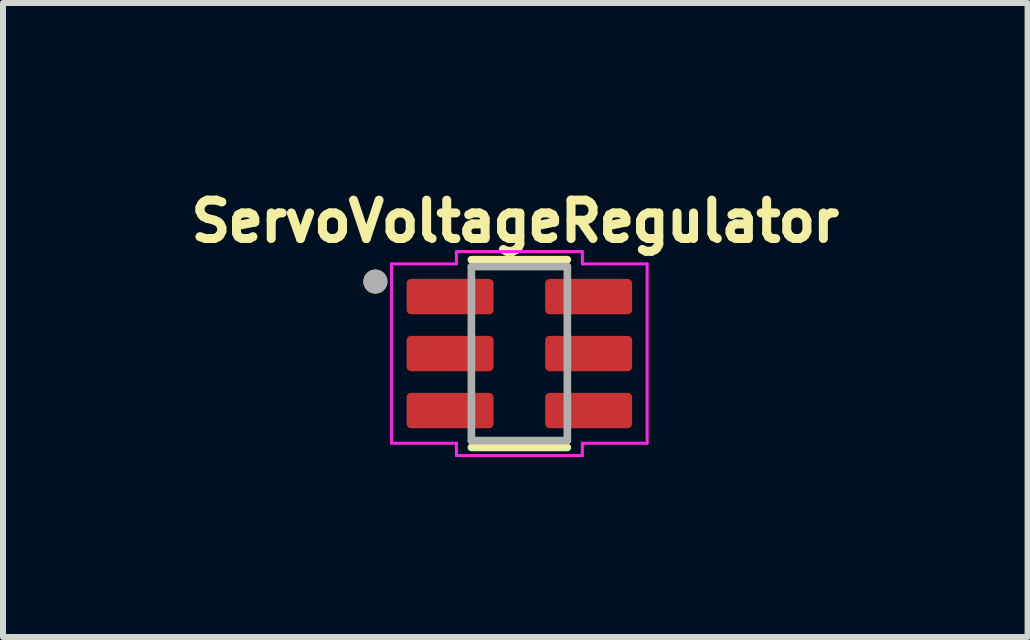
<source format=kicad_pcb>
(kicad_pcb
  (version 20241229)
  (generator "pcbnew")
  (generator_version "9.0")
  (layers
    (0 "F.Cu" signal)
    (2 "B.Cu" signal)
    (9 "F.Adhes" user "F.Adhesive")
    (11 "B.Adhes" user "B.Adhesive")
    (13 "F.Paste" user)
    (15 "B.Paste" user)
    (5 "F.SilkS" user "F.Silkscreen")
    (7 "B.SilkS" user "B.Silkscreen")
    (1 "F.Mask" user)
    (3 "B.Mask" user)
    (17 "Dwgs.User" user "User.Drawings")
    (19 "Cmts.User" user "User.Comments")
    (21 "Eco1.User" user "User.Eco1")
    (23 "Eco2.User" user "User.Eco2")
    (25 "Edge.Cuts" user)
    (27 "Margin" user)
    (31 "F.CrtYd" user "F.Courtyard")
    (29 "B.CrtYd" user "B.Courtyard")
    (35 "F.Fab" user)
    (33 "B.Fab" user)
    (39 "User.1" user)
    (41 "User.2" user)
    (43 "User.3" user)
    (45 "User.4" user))
  (footprint "ServoVoltageRegulator"
    (layer "F.Cu")
    (at 5.608 2.844)
    (property "Reference" "ServoVoltageRegulator" (at -0.068 -2.206 0) (layer "F.SilkS") (effects (font (size 0.64 0.64) (thickness 0.15))))
    (attr smd)
    (fp_line (start -0.8 -1.565) (end 0.8 -1.565) (stroke (width 0.127) (type solid)) (layer "F.SilkS"))
    (fp_line (start -0.8 1.565) (end 0.8 1.565) (stroke (width 0.127) (type solid)) (layer "F.SilkS"))
    (fp_circle (center -2.4 -1.2) (end -2.3 -1.2) (stroke (width 0.2) (type solid)) (fill no) (layer "F.SilkS"))
    (fp_line (start -2.13 -1.495) (end -2.13 1.495) (stroke (width 0.05) (type solid)) (layer "F.CrtYd"))
    (fp_line (start -2.13 1.495) (end -1.05 1.495) (stroke (width 0.05) (type solid)) (layer "F.CrtYd"))
    (fp_line (start -1.05 -1.7) (end -1.05 -1.495) (stroke (width 0.05) (type solid)) (layer "F.CrtYd"))
    (fp_line (start -1.05 -1.495) (end -2.13 -1.495) (stroke (width 0.05) (type solid)) (layer "F.CrtYd"))
    (fp_line (start -1.05 1.495) (end -1.05 1.7) (stroke (width 0.05) (type solid)) (layer "F.CrtYd"))
    (fp_line (start -1.05 1.7) (end 1.05 1.7) (stroke (width 0.05) (type solid)) (layer "F.CrtYd"))
    (fp_line (start 1.05 -1.7) (end -1.05 -1.7) (stroke (width 0.05) (type solid)) (layer "F.CrtYd"))
    (fp_line (start 1.05 -1.495) (end 1.05 -1.7) (stroke (width 0.05) (type solid)) (layer "F.CrtYd"))
    (fp_line (start 1.05 1.495) (end 2.13 1.495) (stroke (width 0.05) (type solid)) (layer "F.CrtYd"))
    (fp_line (start 1.05 1.7) (end 1.05 1.495) (stroke (width 0.05) (type solid)) (layer "F.CrtYd"))
    (fp_line (start 2.13 -1.495) (end 1.05 -1.495) (stroke (width 0.05) (type solid)) (layer "F.CrtYd"))
    (fp_line (start 2.13 1.495) (end 2.13 -1.495) (stroke (width 0.05) (type solid)) (layer "F.CrtYd"))
    (fp_line (start -0.8 -1.45) (end -0.8 1.45) (stroke (width 0.127) (type solid)) (layer "F.Fab"))
    (fp_line (start -0.8 1.45) (end 0.8 1.45) (stroke (width 0.127) (type solid)) (layer "F.Fab"))
    (fp_line (start 0.8 -1.45) (end -0.8 -1.45) (stroke (width 0.127) (type solid)) (layer "F.Fab"))
    (fp_line (start 0.8 1.45) (end 0.8 -1.45) (stroke (width 0.127) (type solid)) (layer "F.Fab"))
    (fp_circle (center -2.4 -1.2) (end -2.3 -1.2) (stroke (width 0.2) (type solid)) (fill no) (layer "F.Fab"))
    (pad "1" smd roundrect (at -1.155 -0.95) (size 1.45 0.59) (layers "F.Cu" "F.Mask" "F.Paste") (roundrect_rratio 0.125))
    (pad "2" smd roundrect (at -1.155 0) (size 1.45 0.59) (layers "F.Cu" "F.Mask" "F.Paste") (roundrect_rratio 0.125))
    (pad "3" smd roundrect (at -1.155 0.95) (size 1.45 0.59) (layers "F.Cu" "F.Mask" "F.Paste") (roundrect_rratio 0.125))
    (pad "4" smd roundrect (at 1.155 0.95) (size 1.45 0.59) (layers "F.Cu" "F.Mask" "F.Paste") (roundrect_rratio 0.125))
    (pad "5" smd roundrect (at 1.155 0) (size 1.45 0.59) (layers "F.Cu" "F.Mask" "F.Paste") (roundrect_rratio 0.125))
    (pad "6" smd roundrect (at 1.155 -0.95) (size 1.45 0.59) (layers "F.Cu" "F.Mask" "F.Paste") (roundrect_rratio 0.125)))
  (gr_rect
    (start -3 -3)
    (end 14.08 7.569)
    (stroke (width 0.1) (type default))
    (fill no)
    (layer "Edge.Cuts")))
</source>
